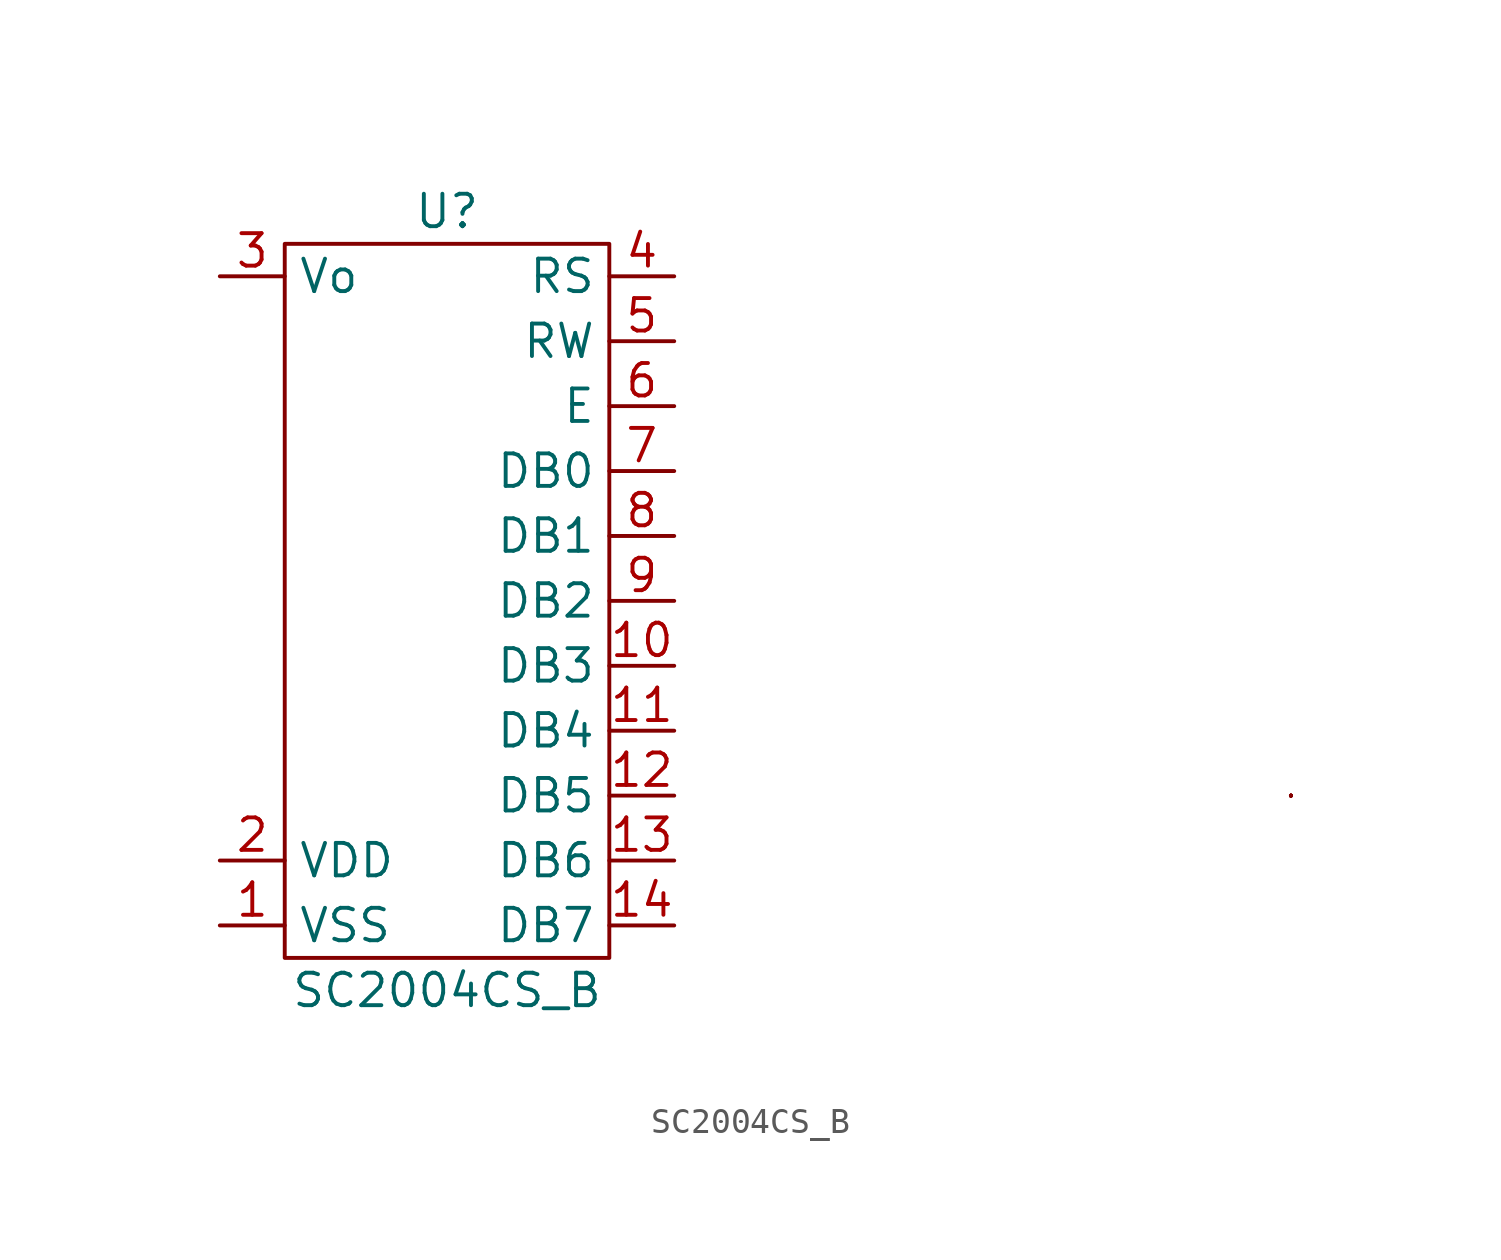
<source format=kicad_sym>
(kicad_symbol_lib
  (version 20211014)
  (generator kicad_symbol_editor)
  (symbol "SC2004CS_B"
    (property "Reference" "U"
      (at 0 13.97 0)
      (effects (font (size 1.27 1.27))))
    (property "Value" "SC2004CS_B"
      (at 0 -16.51 0)
      (effects (font (size 1.27 1.27))))
    (symbol "SC2004CS_B_0_1"
      (rectangle (start -6.35 12.7) (end 6.35 -15.24) (stroke (width 0) (type default) (color 0 0 0 0)) (fill (type none)))
      (polyline (pts (xy 33.02 -8.89) (xy 33.02 -8.89)) (stroke (width 0) (type default) (color 0 0 0 0)) (fill (type none)))
      (polyline (pts (xy 33.02 -8.89) (xy 33.02 -8.89)) (stroke (width 0) (type default) (color 0 0 0 0)) (fill (type none)))
      (rectangle (start 33.02 -8.89) (end 33.02 -8.89) (stroke (width 0) (type default) (color 0 0 0 0)) (fill (type none)))
      (rectangle (start 33.02 -8.89) (end 33.02 -8.89) (stroke (width 0) (type default) (color 0 0 0 0)) (fill (type none)))
      (rectangle (start 33.02 -8.89) (end 33.02 -8.89) (stroke (width 0) (type default) (color 0 0 0 0)) (fill (type none)))
      (rectangle (start 33.02 -8.89) (end 33.02 -8.89) (stroke (width 0) (type default) (color 0 0 0 0)) (fill (type none)))
      (rectangle (start 33.02 -8.89) (end 33.02 -8.89) (stroke (width 0) (type default) (color 0 0 0 0)) (fill (type none)))
      (rectangle (start 33.02 -8.89) (end 33.02 -8.89) (stroke (width 0) (type default) (color 0 0 0 0)) (fill (type none))))
    (symbol "SC2004CS_B_1_1"
      (pin power_in line (at -8.89 -13.97 0) (length 2.54) (name "VSS" (effects (font (size 1.27 1.27)))) (number "1" (effects (font (size 1.27 1.27)))))
      (pin passive line (at 8.89 -3.81 180) (length 2.54) (name "DB3" (effects (font (size 1.27 1.27)))) (number "10" (effects (font (size 1.27 1.27)))))
      (pin passive line (at 8.89 -6.35 180) (length 2.54) (name "DB4" (effects (font (size 1.27 1.27)))) (number "11" (effects (font (size 1.27 1.27)))))
      (pin passive line (at 8.89 -8.89 180) (length 2.54) (name "DB5" (effects (font (size 1.27 1.27)))) (number "12" (effects (font (size 1.27 1.27)))))
      (pin passive line (at 8.89 -11.43 180) (length 2.54) (name "DB6" (effects (font (size 1.27 1.27)))) (number "13" (effects (font (size 1.27 1.27)))))
      (pin passive line (at 8.89 -13.97 180) (length 2.54) (name "DB7" (effects (font (size 1.27 1.27)))) (number "14" (effects (font (size 1.27 1.27)))))
      (pin power_in line (at -8.89 -11.43 0) (length 2.54) (name "VDD" (effects (font (size 1.27 1.27)))) (number "2" (effects (font (size 1.27 1.27)))))
      (pin passive line (at -8.89 11.43 0) (length 2.54) (name "Vo" (effects (font (size 1.27 1.27)))) (number "3" (effects (font (size 1.27 1.27)))))
      (pin passive line (at 8.89 11.43 180) (length 2.54) (name "RS" (effects (font (size 1.27 1.27)))) (number "4" (effects (font (size 1.27 1.27)))))
      (pin passive line (at 8.89 8.89 180) (length 2.54) (name "RW" (effects (font (size 1.27 1.27)))) (number "5" (effects (font (size 1.27 1.27)))))
      (pin passive line (at 8.89 6.35 180) (length 2.54) (name "E" (effects (font (size 1.27 1.27)))) (number "6" (effects (font (size 1.27 1.27)))))
      (pin passive line (at 8.89 3.81 180) (length 2.54) (name "DB0" (effects (font (size 1.27 1.27)))) (number "7" (effects (font (size 1.27 1.27)))))
      (pin passive line (at 8.89 1.27 180) (length 2.54) (name "DB1" (effects (font (size 1.27 1.27)))) (number "8" (effects (font (size 1.27 1.27)))))
      (pin passive line (at 8.89 -1.27 180) (length 2.54) (name "DB2" (effects (font (size 1.27 1.27)))) (number "9" (effects (font (size 1.27 1.27))))))))
</source>
